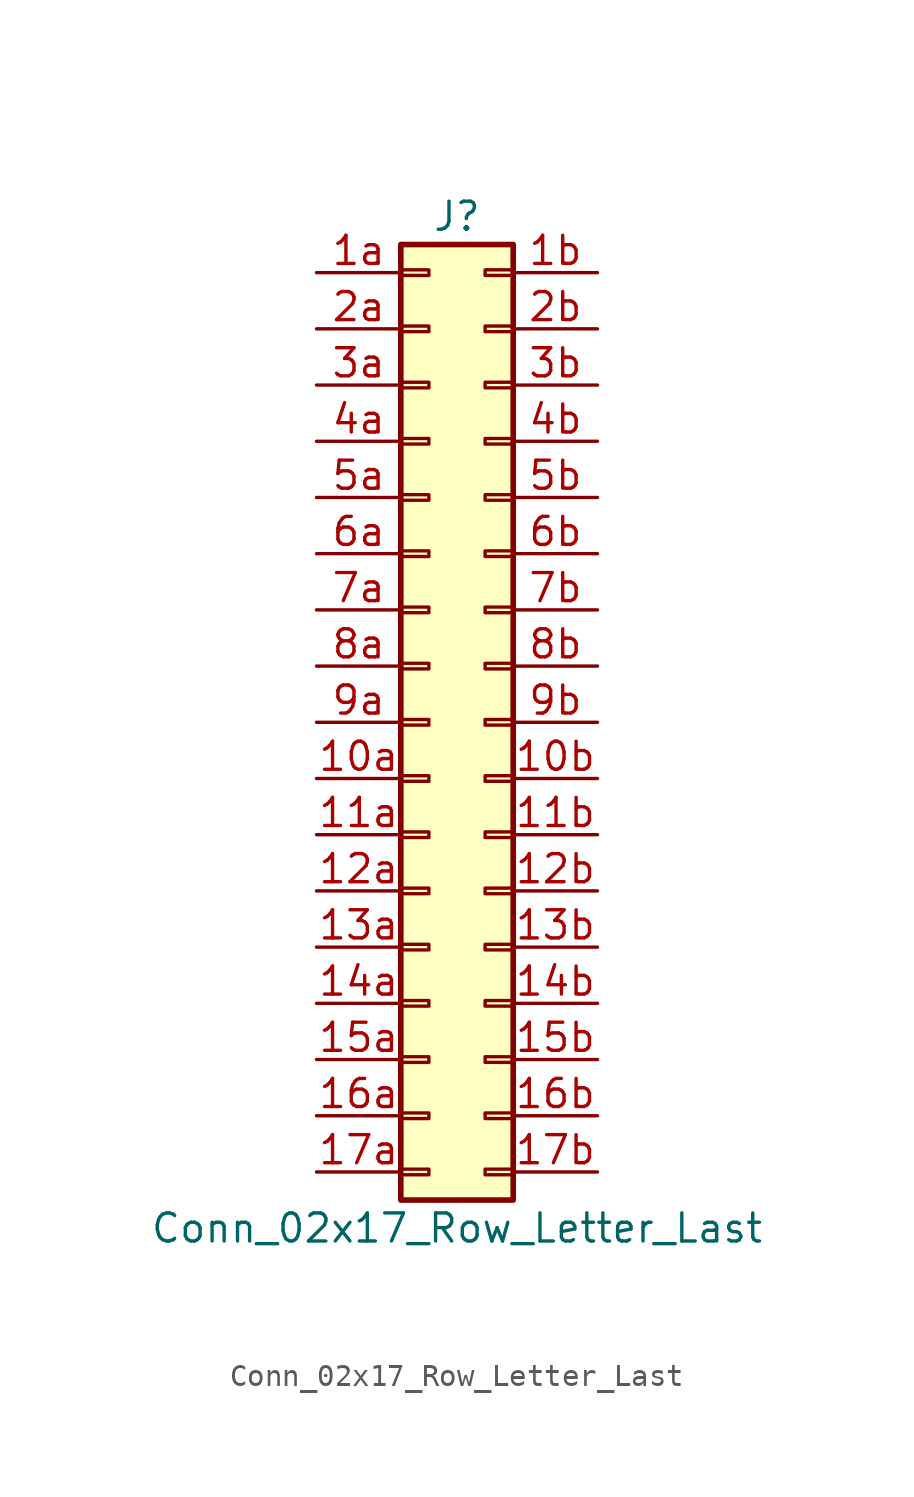
<source format=kicad_sym>
(kicad_symbol_lib
  (version 20211014)
  (generator kicad_symbol_editor)
  (symbol "Conn_02x17_Row_Letter_Last"
    (pin_names
      (offset 1.016) hide)
    (property "Reference" "J"
      (at 1.27 22.86 0)
      (effects (font (size 1.27 1.27))))
    (property "Value" "Conn_02x17_Row_Letter_Last"
      (at 1.27 -22.86 0)
      (effects (font (size 1.27 1.27))))
    (symbol "Conn_02x17_Row_Letter_Last_1_1"
      (rectangle (start -1.27 -20.193) (end 0 -20.447) (stroke (width 0.152) (type default) (color 0 0 0 0)) (fill (type none)))
      (rectangle (start -1.27 -17.653) (end 0 -17.907) (stroke (width 0.152) (type default) (color 0 0 0 0)) (fill (type none)))
      (rectangle (start -1.27 -15.113) (end 0 -15.367) (stroke (width 0.152) (type default) (color 0 0 0 0)) (fill (type none)))
      (rectangle (start -1.27 -12.573) (end 0 -12.827) (stroke (width 0.152) (type default) (color 0 0 0 0)) (fill (type none)))
      (rectangle (start -1.27 -10.033) (end 0 -10.287) (stroke (width 0.152) (type default) (color 0 0 0 0)) (fill (type none)))
      (rectangle (start -1.27 -7.493) (end 0 -7.747) (stroke (width 0.152) (type default) (color 0 0 0 0)) (fill (type none)))
      (rectangle (start -1.27 -4.953) (end 0 -5.207) (stroke (width 0.152) (type default) (color 0 0 0 0)) (fill (type none)))
      (rectangle (start -1.27 -2.413) (end 0 -2.667) (stroke (width 0.152) (type default) (color 0 0 0 0)) (fill (type none)))
      (rectangle (start -1.27 0.127) (end 0 -0.127) (stroke (width 0.152) (type default) (color 0 0 0 0)) (fill (type none)))
      (rectangle (start -1.27 2.667) (end 0 2.413) (stroke (width 0.152) (type default) (color 0 0 0 0)) (fill (type none)))
      (rectangle (start -1.27 5.207) (end 0 4.953) (stroke (width 0.152) (type default) (color 0 0 0 0)) (fill (type none)))
      (rectangle (start -1.27 7.747) (end 0 7.493) (stroke (width 0.152) (type default) (color 0 0 0 0)) (fill (type none)))
      (rectangle (start -1.27 10.287) (end 0 10.033) (stroke (width 0.152) (type default) (color 0 0 0 0)) (fill (type none)))
      (rectangle (start -1.27 12.827) (end 0 12.573) (stroke (width 0.152) (type default) (color 0 0 0 0)) (fill (type none)))
      (rectangle (start -1.27 15.367) (end 0 15.113) (stroke (width 0.152) (type default) (color 0 0 0 0)) (fill (type none)))
      (rectangle (start -1.27 17.907) (end 0 17.653) (stroke (width 0.152) (type default) (color 0 0 0 0)) (fill (type none)))
      (rectangle (start -1.27 20.447) (end 0 20.193) (stroke (width 0.152) (type default) (color 0 0 0 0)) (fill (type none)))
      (rectangle (start -1.27 21.59) (end 3.81 -21.59) (stroke (width 0.254) (type default) (color 0 0 0 0)) (fill (type background)))
      (rectangle (start 3.81 -20.193) (end 2.54 -20.447) (stroke (width 0.152) (type default) (color 0 0 0 0)) (fill (type none)))
      (rectangle (start 3.81 -17.653) (end 2.54 -17.907) (stroke (width 0.152) (type default) (color 0 0 0 0)) (fill (type none)))
      (rectangle (start 3.81 -15.113) (end 2.54 -15.367) (stroke (width 0.152) (type default) (color 0 0 0 0)) (fill (type none)))
      (rectangle (start 3.81 -12.573) (end 2.54 -12.827) (stroke (width 0.152) (type default) (color 0 0 0 0)) (fill (type none)))
      (rectangle (start 3.81 -10.033) (end 2.54 -10.287) (stroke (width 0.152) (type default) (color 0 0 0 0)) (fill (type none)))
      (rectangle (start 3.81 -7.493) (end 2.54 -7.747) (stroke (width 0.152) (type default) (color 0 0 0 0)) (fill (type none)))
      (rectangle (start 3.81 -4.953) (end 2.54 -5.207) (stroke (width 0.152) (type default) (color 0 0 0 0)) (fill (type none)))
      (rectangle (start 3.81 -2.413) (end 2.54 -2.667) (stroke (width 0.152) (type default) (color 0 0 0 0)) (fill (type none)))
      (rectangle (start 3.81 0.127) (end 2.54 -0.127) (stroke (width 0.152) (type default) (color 0 0 0 0)) (fill (type none)))
      (rectangle (start 3.81 2.667) (end 2.54 2.413) (stroke (width 0.152) (type default) (color 0 0 0 0)) (fill (type none)))
      (rectangle (start 3.81 5.207) (end 2.54 4.953) (stroke (width 0.152) (type default) (color 0 0 0 0)) (fill (type none)))
      (rectangle (start 3.81 7.747) (end 2.54 7.493) (stroke (width 0.152) (type default) (color 0 0 0 0)) (fill (type none)))
      (rectangle (start 3.81 10.287) (end 2.54 10.033) (stroke (width 0.152) (type default) (color 0 0 0 0)) (fill (type none)))
      (rectangle (start 3.81 12.827) (end 2.54 12.573) (stroke (width 0.152) (type default) (color 0 0 0 0)) (fill (type none)))
      (rectangle (start 3.81 15.367) (end 2.54 15.113) (stroke (width 0.152) (type default) (color 0 0 0 0)) (fill (type none)))
      (rectangle (start 3.81 17.907) (end 2.54 17.653) (stroke (width 0.152) (type default) (color 0 0 0 0)) (fill (type none)))
      (rectangle (start 3.81 20.447) (end 2.54 20.193) (stroke (width 0.152) (type default) (color 0 0 0 0)) (fill (type none)))
      (pin passive line (at -5.08 -2.54 0) (length 3.81) (name "Pin_10a" (effects (font (size 1.27 1.27)))) (number "10a" (effects (font (size 1.27 1.27)))))
      (pin passive line (at 7.62 -2.54 180) (length 3.81) (name "Pin_10b" (effects (font (size 1.27 1.27)))) (number "10b" (effects (font (size 1.27 1.27)))))
      (pin passive line (at -5.08 -5.08 0) (length 3.81) (name "Pin_11a" (effects (font (size 1.27 1.27)))) (number "11a" (effects (font (size 1.27 1.27)))))
      (pin passive line (at 7.62 -5.08 180) (length 3.81) (name "Pin_11b" (effects (font (size 1.27 1.27)))) (number "11b" (effects (font (size 1.27 1.27)))))
      (pin passive line (at -5.08 -7.62 0) (length 3.81) (name "Pin_12a" (effects (font (size 1.27 1.27)))) (number "12a" (effects (font (size 1.27 1.27)))))
      (pin passive line (at 7.62 -7.62 180) (length 3.81) (name "Pin_12b" (effects (font (size 1.27 1.27)))) (number "12b" (effects (font (size 1.27 1.27)))))
      (pin passive line (at -5.08 -10.16 0) (length 3.81) (name "Pin_13a" (effects (font (size 1.27 1.27)))) (number "13a" (effects (font (size 1.27 1.27)))))
      (pin passive line (at 7.62 -10.16 180) (length 3.81) (name "Pin_13b" (effects (font (size 1.27 1.27)))) (number "13b" (effects (font (size 1.27 1.27)))))
      (pin passive line (at -5.08 -12.7 0) (length 3.81) (name "Pin_14a" (effects (font (size 1.27 1.27)))) (number "14a" (effects (font (size 1.27 1.27)))))
      (pin passive line (at 7.62 -12.7 180) (length 3.81) (name "Pin_14b" (effects (font (size 1.27 1.27)))) (number "14b" (effects (font (size 1.27 1.27)))))
      (pin passive line (at -5.08 -15.24 0) (length 3.81) (name "Pin_15a" (effects (font (size 1.27 1.27)))) (number "15a" (effects (font (size 1.27 1.27)))))
      (pin passive line (at 7.62 -15.24 180) (length 3.81) (name "Pin_15b" (effects (font (size 1.27 1.27)))) (number "15b" (effects (font (size 1.27 1.27)))))
      (pin passive line (at -5.08 -17.78 0) (length 3.81) (name "Pin_16a" (effects (font (size 1.27 1.27)))) (number "16a" (effects (font (size 1.27 1.27)))))
      (pin passive line (at 7.62 -17.78 180) (length 3.81) (name "Pin_16b" (effects (font (size 1.27 1.27)))) (number "16b" (effects (font (size 1.27 1.27)))))
      (pin passive line (at -5.08 -20.32 0) (length 3.81) (name "Pin_17a" (effects (font (size 1.27 1.27)))) (number "17a" (effects (font (size 1.27 1.27)))))
      (pin passive line (at 7.62 -20.32 180) (length 3.81) (name "Pin_17b" (effects (font (size 1.27 1.27)))) (number "17b" (effects (font (size 1.27 1.27)))))
      (pin passive line (at -5.08 20.32 0) (length 3.81) (name "Pin_1a" (effects (font (size 1.27 1.27)))) (number "1a" (effects (font (size 1.27 1.27)))))
      (pin passive line (at 7.62 20.32 180) (length 3.81) (name "Pin_1b" (effects (font (size 1.27 1.27)))) (number "1b" (effects (font (size 1.27 1.27)))))
      (pin passive line (at -5.08 17.78 0) (length 3.81) (name "Pin_2a" (effects (font (size 1.27 1.27)))) (number "2a" (effects (font (size 1.27 1.27)))))
      (pin passive line (at 7.62 17.78 180) (length 3.81) (name "Pin_2b" (effects (font (size 1.27 1.27)))) (number "2b" (effects (font (size 1.27 1.27)))))
      (pin passive line (at -5.08 15.24 0) (length 3.81) (name "Pin_3a" (effects (font (size 1.27 1.27)))) (number "3a" (effects (font (size 1.27 1.27)))))
      (pin passive line (at 7.62 15.24 180) (length 3.81) (name "Pin_3b" (effects (font (size 1.27 1.27)))) (number "3b" (effects (font (size 1.27 1.27)))))
      (pin passive line (at -5.08 12.7 0) (length 3.81) (name "Pin_4a" (effects (font (size 1.27 1.27)))) (number "4a" (effects (font (size 1.27 1.27)))))
      (pin passive line (at 7.62 12.7 180) (length 3.81) (name "Pin_4b" (effects (font (size 1.27 1.27)))) (number "4b" (effects (font (size 1.27 1.27)))))
      (pin passive line (at -5.08 10.16 0) (length 3.81) (name "Pin_5a" (effects (font (size 1.27 1.27)))) (number "5a" (effects (font (size 1.27 1.27)))))
      (pin passive line (at 7.62 10.16 180) (length 3.81) (name "Pin_5b" (effects (font (size 1.27 1.27)))) (number "5b" (effects (font (size 1.27 1.27)))))
      (pin passive line (at -5.08 7.62 0) (length 3.81) (name "Pin_6a" (effects (font (size 1.27 1.27)))) (number "6a" (effects (font (size 1.27 1.27)))))
      (pin passive line (at 7.62 7.62 180) (length 3.81) (name "Pin_6b" (effects (font (size 1.27 1.27)))) (number "6b" (effects (font (size 1.27 1.27)))))
      (pin passive line (at -5.08 5.08 0) (length 3.81) (name "Pin_7a" (effects (font (size 1.27 1.27)))) (number "7a" (effects (font (size 1.27 1.27)))))
      (pin passive line (at 7.62 5.08 180) (length 3.81) (name "Pin_7b" (effects (font (size 1.27 1.27)))) (number "7b" (effects (font (size 1.27 1.27)))))
      (pin passive line (at -5.08 2.54 0) (length 3.81) (name "Pin_8a" (effects (font (size 1.27 1.27)))) (number "8a" (effects (font (size 1.27 1.27)))))
      (pin passive line (at 7.62 2.54 180) (length 3.81) (name "Pin_8b" (effects (font (size 1.27 1.27)))) (number "8b" (effects (font (size 1.27 1.27)))))
      (pin passive line (at -5.08 0 0) (length 3.81) (name "Pin_9a" (effects (font (size 1.27 1.27)))) (number "9a" (effects (font (size 1.27 1.27)))))
      (pin passive line (at 7.62 0 180) (length 3.81) (name "Pin_9b" (effects (font (size 1.27 1.27)))) (number "9b" (effects (font (size 1.27 1.27))))))))
</source>
